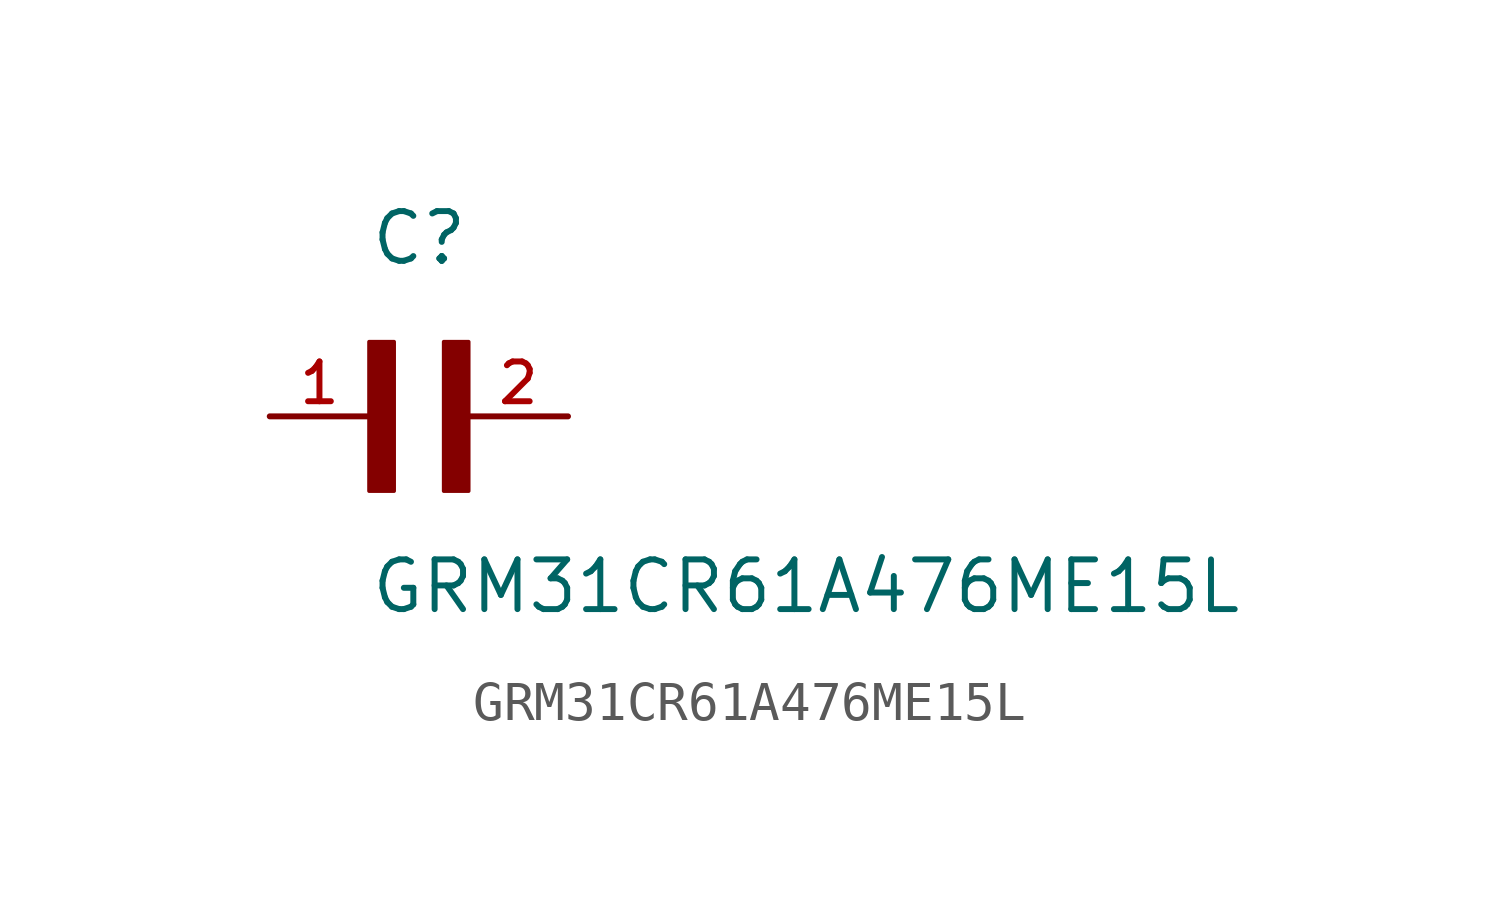
<source format=kicad_sym>
(kicad_symbol_lib
  (version 20211014)
  (generator kicad_symbol_editor)
  (symbol "GRM31CR61A476ME15L"
    (pin_names
      (offset 1.016))
    (property "Reference" "C"
      (at 0.0 3.811 0)
      (effects (font (size 1.27 1.27)) (justify bottom left)))
    (property "Value" "GRM31CR61A476ME15L"
      (at 0.0 -5.088 0)
      (effects (font (size 1.27 1.27)) (justify bottom left)))
    (symbol "GRM31CR61A476ME15L_0_0"
      (rectangle (start 0.0 -1.907) (end 0.635 1.905) (stroke (width 0.1)) (fill (type outline)))
      (rectangle (start 1.907 -1.907) (end 2.54 1.905) (stroke (width 0.1)) (fill (type outline)))
      (pin passive line (at 5.08 0.0 180.0) (length 2.54) (name "~" (effects (font (size 1.016 1.016)))) (number "2" (effects (font (size 1.016 1.016)))))
      (pin passive line (at -2.54 0.0 0) (length 2.54) (name "~" (effects (font (size 1.016 1.016)))) (number "1" (effects (font (size 1.016 1.016))))))))
</source>
